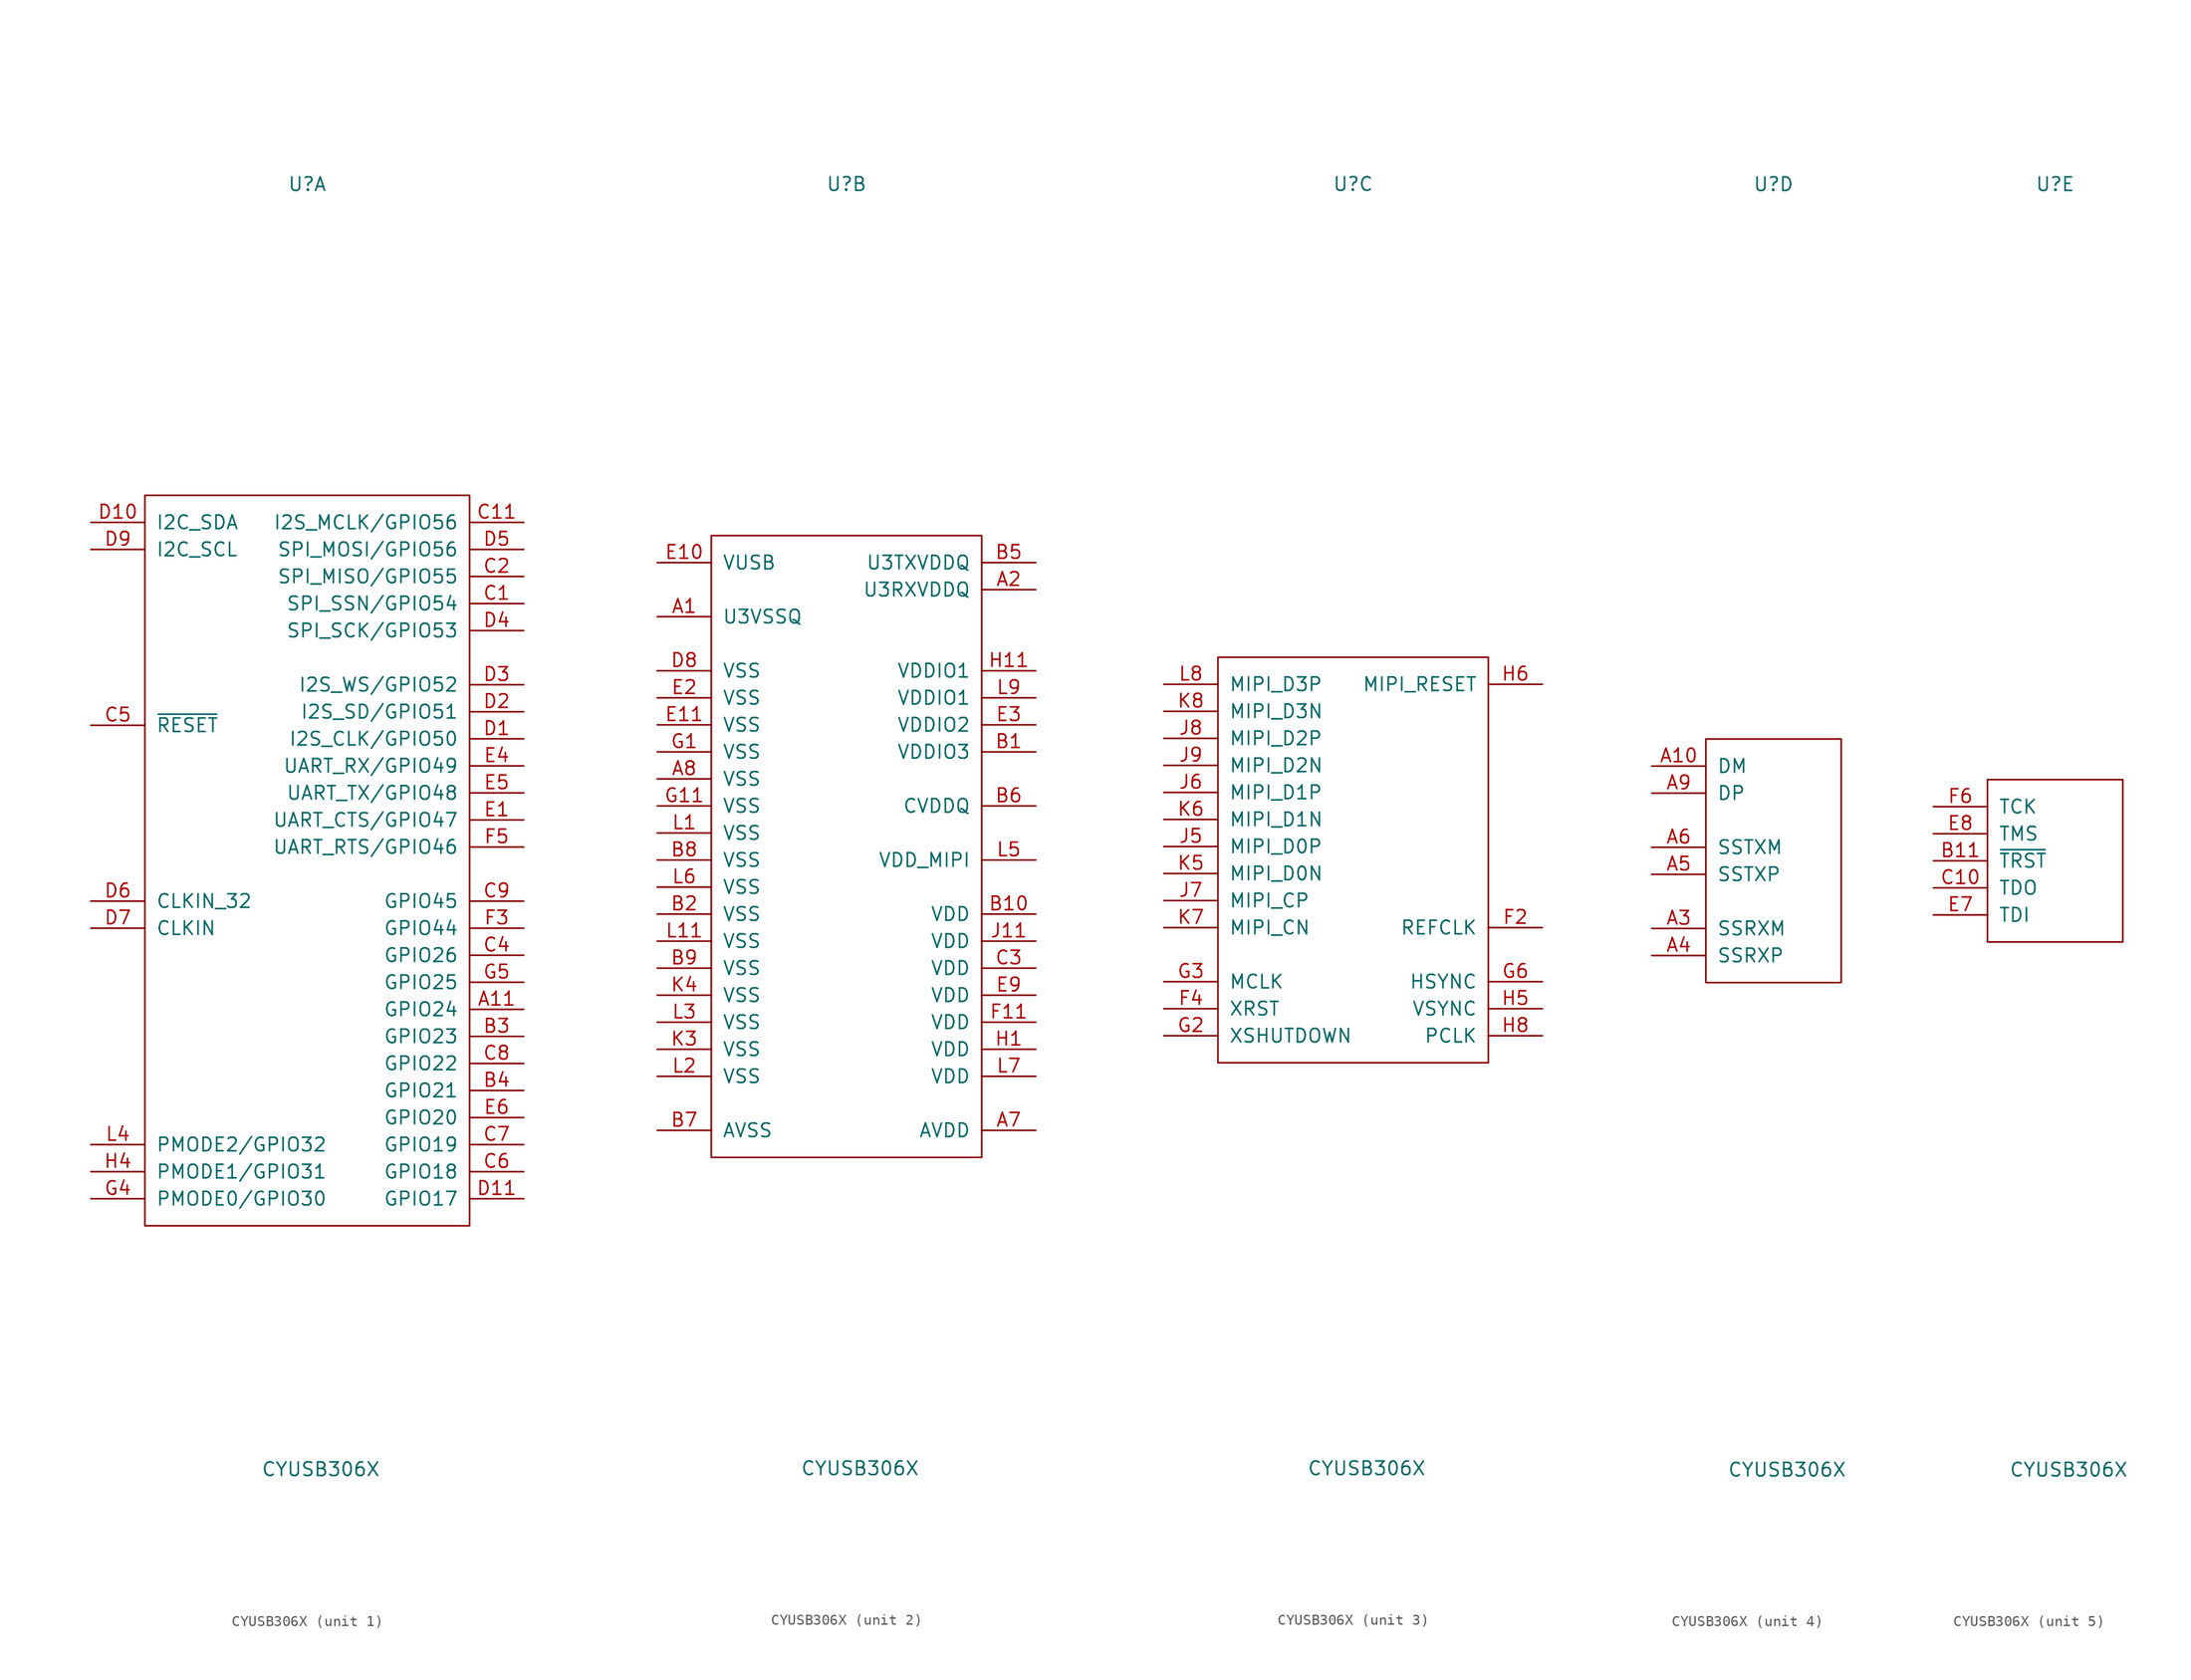
<source format=kicad_sym>
(kicad_symbol_lib
  (version 20211014)
  (generator kicad_symbol_editor)
  (symbol "CYUSB306X"
    (pin_names
      (offset 1.016))
    (property "Reference" "U"
      (at 0 63.5 0)
      (effects (font (size 1.27 1.27))))
    (property "Value" "CYUSB306X"
      (at 1.27 -57.15 0)
      (effects (font (size 1.27 1.27))))
    (property "ki_locked" ""
      (at 0 0 0)
      (effects (font (size 1.27 1.27))))
    (symbol "CYUSB306X_1_1"
      (rectangle (start -15.24 34.29) (end 15.24 -34.29) (stroke (width 0) (type default) (color 0 0 0 0)) (fill (type none)))
      (pin bidirectional line (at 20.32 -13.97 180) (length 5.08) (name "GPIO24" (effects (font (size 1.27 1.27)))) (number "A11" (effects (font (size 1.27 1.27)))))
      (pin bidirectional line (at 20.32 -16.51 180) (length 5.08) (name "GPIO23" (effects (font (size 1.27 1.27)))) (number "B3" (effects (font (size 1.27 1.27)))))
      (pin bidirectional line (at 20.32 -21.59 180) (length 5.08) (name "GPIO21" (effects (font (size 1.27 1.27)))) (number "B4" (effects (font (size 1.27 1.27)))))
      (pin bidirectional line (at 20.32 24.13 180) (length 5.08) (name "SPI_SSN/GPIO54" (effects (font (size 1.27 1.27)))) (number "C1" (effects (font (size 1.27 1.27)))))
      (pin bidirectional line (at 20.32 31.75 180) (length 5.08) (name "I2S_MCLK/GPIO56" (effects (font (size 1.27 1.27)))) (number "C11" (effects (font (size 1.27 1.27)))))
      (pin bidirectional line (at 20.32 26.67 180) (length 5.08) (name "SPI_MISO/GPIO55" (effects (font (size 1.27 1.27)))) (number "C2" (effects (font (size 1.27 1.27)))))
      (pin bidirectional line (at 20.32 -8.89 180) (length 5.08) (name "GPIO26" (effects (font (size 1.27 1.27)))) (number "C4" (effects (font (size 1.27 1.27)))))
      (pin input line (at -20.32 12.7 0) (length 5.08) (name "~{RESET}" (effects (font (size 1.27 1.27)))) (number "C5" (effects (font (size 1.27 1.27)))))
      (pin bidirectional line (at 20.32 -29.21 180) (length 5.08) (name "GPIO18" (effects (font (size 1.27 1.27)))) (number "C6" (effects (font (size 1.27 1.27)))))
      (pin bidirectional line (at 20.32 -26.67 180) (length 5.08) (name "GPIO19" (effects (font (size 1.27 1.27)))) (number "C7" (effects (font (size 1.27 1.27)))))
      (pin bidirectional line (at 20.32 -19.05 180) (length 5.08) (name "GPIO22" (effects (font (size 1.27 1.27)))) (number "C8" (effects (font (size 1.27 1.27)))))
      (pin bidirectional line (at 20.32 -3.81 180) (length 5.08) (name "GPIO45" (effects (font (size 1.27 1.27)))) (number "C9" (effects (font (size 1.27 1.27)))))
      (pin bidirectional line (at 20.32 11.43 180) (length 5.08) (name "I2S_CLK/GPIO50" (effects (font (size 1.27 1.27)))) (number "D1" (effects (font (size 1.27 1.27)))))
      (pin bidirectional line (at -20.32 31.75 0) (length 5.08) (name "I2C_SDA" (effects (font (size 1.27 1.27)))) (number "D10" (effects (font (size 1.27 1.27)))))
      (pin bidirectional line (at 20.32 -31.75 180) (length 5.08) (name "GPIO17" (effects (font (size 1.27 1.27)))) (number "D11" (effects (font (size 1.27 1.27)))))
      (pin bidirectional line (at 20.32 13.97 180) (length 5.08) (name "I2S_SD/GPIO51" (effects (font (size 1.27 1.27)))) (number "D2" (effects (font (size 1.27 1.27)))))
      (pin bidirectional line (at 20.32 16.51 180) (length 5.08) (name "I2S_WS/GPIO52" (effects (font (size 1.27 1.27)))) (number "D3" (effects (font (size 1.27 1.27)))))
      (pin bidirectional line (at 20.32 21.59 180) (length 5.08) (name "SPI_SCK/GPIO53" (effects (font (size 1.27 1.27)))) (number "D4" (effects (font (size 1.27 1.27)))))
      (pin bidirectional line (at 20.32 29.21 180) (length 5.08) (name "SPI_MOSI/GPIO56" (effects (font (size 1.27 1.27)))) (number "D5" (effects (font (size 1.27 1.27)))))
      (pin input line (at -20.32 -3.81 0) (length 5.08) (name "CLKIN_32" (effects (font (size 1.27 1.27)))) (number "D6" (effects (font (size 1.27 1.27)))))
      (pin input line (at -20.32 -6.35 0) (length 5.08) (name "CLKIN" (effects (font (size 1.27 1.27)))) (number "D7" (effects (font (size 1.27 1.27)))))
      (pin bidirectional line (at -20.32 29.21 0) (length 5.08) (name "I2C_SCL" (effects (font (size 1.27 1.27)))) (number "D9" (effects (font (size 1.27 1.27)))))
      (pin bidirectional line (at 20.32 3.81 180) (length 5.08) (name "UART_CTS/GPIO47" (effects (font (size 1.27 1.27)))) (number "E1" (effects (font (size 1.27 1.27)))))
      (pin bidirectional line (at 20.32 8.89 180) (length 5.08) (name "UART_RX/GPIO49" (effects (font (size 1.27 1.27)))) (number "E4" (effects (font (size 1.27 1.27)))))
      (pin bidirectional line (at 20.32 6.35 180) (length 5.08) (name "UART_TX/GPIO48" (effects (font (size 1.27 1.27)))) (number "E5" (effects (font (size 1.27 1.27)))))
      (pin bidirectional line (at 20.32 -24.13 180) (length 5.08) (name "GPIO20" (effects (font (size 1.27 1.27)))) (number "E6" (effects (font (size 1.27 1.27)))))
      (pin bidirectional line (at 20.32 -6.35 180) (length 5.08) (name "GPIO44" (effects (font (size 1.27 1.27)))) (number "F3" (effects (font (size 1.27 1.27)))))
      (pin bidirectional line (at 20.32 1.27 180) (length 5.08) (name "UART_RTS/GPIO46" (effects (font (size 1.27 1.27)))) (number "F5" (effects (font (size 1.27 1.27)))))
      (pin bidirectional line (at -20.32 -31.75 0) (length 5.08) (name "PMODE0/GPIO30" (effects (font (size 1.27 1.27)))) (number "G4" (effects (font (size 1.27 1.27)))))
      (pin bidirectional line (at 20.32 -11.43 180) (length 5.08) (name "GPIO25" (effects (font (size 1.27 1.27)))) (number "G5" (effects (font (size 1.27 1.27)))))
      (pin bidirectional line (at -20.32 -29.21 0) (length 5.08) (name "PMODE1/GPIO31" (effects (font (size 1.27 1.27)))) (number "H4" (effects (font (size 1.27 1.27)))))
      (pin bidirectional line (at -20.32 -26.67 0) (length 5.08) (name "PMODE2/GPIO32" (effects (font (size 1.27 1.27)))) (number "L4" (effects (font (size 1.27 1.27))))))
    (symbol "CYUSB306X_2_1"
      (rectangle (start -12.7 30.48) (end 12.7 -27.94) (stroke (width 0) (type default) (color 0 0 0 0)) (fill (type none)))
      (pin power_in line (at -17.78 22.86 0) (length 5.08) (name "U3VSSQ" (effects (font (size 1.27 1.27)))) (number "A1" (effects (font (size 1.27 1.27)))))
      (pin power_in line (at 17.78 25.4 180) (length 5.08) (name "U3RXVDDQ" (effects (font (size 1.27 1.27)))) (number "A2" (effects (font (size 1.27 1.27)))))
      (pin power_in line (at 17.78 -25.4 180) (length 5.08) (name "AVDD" (effects (font (size 1.27 1.27)))) (number "A7" (effects (font (size 1.27 1.27)))))
      (pin power_in line (at -17.78 7.62 0) (length 5.08) (name "VSS" (effects (font (size 1.27 1.27)))) (number "A8" (effects (font (size 1.27 1.27)))))
      (pin power_in line (at 17.78 10.16 180) (length 5.08) (name "VDDIO3" (effects (font (size 1.27 1.27)))) (number "B1" (effects (font (size 1.27 1.27)))))
      (pin power_in line (at 17.78 -5.08 180) (length 5.08) (name "VDD" (effects (font (size 1.27 1.27)))) (number "B10" (effects (font (size 1.27 1.27)))))
      (pin power_in line (at -17.78 -5.08 0) (length 5.08) (name "VSS" (effects (font (size 1.27 1.27)))) (number "B2" (effects (font (size 1.27 1.27)))))
      (pin power_in line (at 17.78 27.94 180) (length 5.08) (name "U3TXVDDQ" (effects (font (size 1.27 1.27)))) (number "B5" (effects (font (size 1.27 1.27)))))
      (pin power_in line (at 17.78 5.08 180) (length 5.08) (name "CVDDQ" (effects (font (size 1.27 1.27)))) (number "B6" (effects (font (size 1.27 1.27)))))
      (pin power_in line (at -17.78 -25.4 0) (length 5.08) (name "AVSS" (effects (font (size 1.27 1.27)))) (number "B7" (effects (font (size 1.27 1.27)))))
      (pin power_in line (at -17.78 0 0) (length 5.08) (name "VSS" (effects (font (size 1.27 1.27)))) (number "B8" (effects (font (size 1.27 1.27)))))
      (pin power_in line (at -17.78 -10.16 0) (length 5.08) (name "VSS" (effects (font (size 1.27 1.27)))) (number "B9" (effects (font (size 1.27 1.27)))))
      (pin power_in line (at 17.78 -10.16 180) (length 5.08) (name "VDD" (effects (font (size 1.27 1.27)))) (number "C3" (effects (font (size 1.27 1.27)))))
      (pin power_in line (at -17.78 17.78 0) (length 5.08) (name "VSS" (effects (font (size 1.27 1.27)))) (number "D8" (effects (font (size 1.27 1.27)))))
      (pin power_in line (at -17.78 27.94 0) (length 5.08) (name "VUSB" (effects (font (size 1.27 1.27)))) (number "E10" (effects (font (size 1.27 1.27)))))
      (pin power_in line (at -17.78 12.7 0) (length 5.08) (name "VSS" (effects (font (size 1.27 1.27)))) (number "E11" (effects (font (size 1.27 1.27)))))
      (pin power_in line (at -17.78 15.24 0) (length 5.08) (name "VSS" (effects (font (size 1.27 1.27)))) (number "E2" (effects (font (size 1.27 1.27)))))
      (pin power_in line (at 17.78 12.7 180) (length 5.08) (name "VDDIO2" (effects (font (size 1.27 1.27)))) (number "E3" (effects (font (size 1.27 1.27)))))
      (pin power_in line (at 17.78 -12.7 180) (length 5.08) (name "VDD" (effects (font (size 1.27 1.27)))) (number "E9" (effects (font (size 1.27 1.27)))))
      (pin power_in line (at 17.78 -15.24 180) (length 5.08) (name "VDD" (effects (font (size 1.27 1.27)))) (number "F11" (effects (font (size 1.27 1.27)))))
      (pin power_in line (at -17.78 10.16 0) (length 5.08) (name "VSS" (effects (font (size 1.27 1.27)))) (number "G1" (effects (font (size 1.27 1.27)))))
      (pin power_in line (at -17.78 5.08 0) (length 5.08) (name "VSS" (effects (font (size 1.27 1.27)))) (number "G11" (effects (font (size 1.27 1.27)))))
      (pin power_in line (at 17.78 -17.78 180) (length 5.08) (name "VDD" (effects (font (size 1.27 1.27)))) (number "H1" (effects (font (size 1.27 1.27)))))
      (pin power_in line (at 17.78 17.78 180) (length 5.08) (name "VDDIO1" (effects (font (size 1.27 1.27)))) (number "H11" (effects (font (size 1.27 1.27)))))
      (pin power_in line (at 17.78 -7.62 180) (length 5.08) (name "VDD" (effects (font (size 1.27 1.27)))) (number "J11" (effects (font (size 1.27 1.27)))))
      (pin power_in line (at -17.78 -17.78 0) (length 5.08) (name "VSS" (effects (font (size 1.27 1.27)))) (number "K3" (effects (font (size 1.27 1.27)))))
      (pin power_in line (at -17.78 -12.7 0) (length 5.08) (name "VSS" (effects (font (size 1.27 1.27)))) (number "K4" (effects (font (size 1.27 1.27)))))
      (pin power_in line (at -17.78 2.54 0) (length 5.08) (name "VSS" (effects (font (size 1.27 1.27)))) (number "L1" (effects (font (size 1.27 1.27)))))
      (pin power_in line (at -17.78 -7.62 0) (length 5.08) (name "VSS" (effects (font (size 1.27 1.27)))) (number "L11" (effects (font (size 1.27 1.27)))))
      (pin power_in line (at -17.78 -20.32 0) (length 5.08) (name "VSS" (effects (font (size 1.27 1.27)))) (number "L2" (effects (font (size 1.27 1.27)))))
      (pin power_in line (at -17.78 -15.24 0) (length 5.08) (name "VSS" (effects (font (size 1.27 1.27)))) (number "L3" (effects (font (size 1.27 1.27)))))
      (pin power_in line (at 17.78 0 180) (length 5.08) (name "VDD_MIPI" (effects (font (size 1.27 1.27)))) (number "L5" (effects (font (size 1.27 1.27)))))
      (pin power_in line (at -17.78 -2.54 0) (length 5.08) (name "VSS" (effects (font (size 1.27 1.27)))) (number "L6" (effects (font (size 1.27 1.27)))))
      (pin power_in line (at 17.78 -20.32 180) (length 5.08) (name "VDD" (effects (font (size 1.27 1.27)))) (number "L7" (effects (font (size 1.27 1.27)))))
      (pin power_in line (at 17.78 15.24 180) (length 5.08) (name "VDDIO1" (effects (font (size 1.27 1.27)))) (number "L9" (effects (font (size 1.27 1.27))))))
    (symbol "CYUSB306X_3_1"
      (rectangle (start -12.7 19.05) (end 12.7 -19.05) (stroke (width 0) (type default) (color 0 0 0 0)) (fill (type none)))
      (pin input line (at 17.78 -6.35 180) (length 5.08) (name "REFCLK" (effects (font (size 1.27 1.27)))) (number "F2" (effects (font (size 1.27 1.27)))))
      (pin output line (at -17.78 -13.97 0) (length 5.08) (name "XRST" (effects (font (size 1.27 1.27)))) (number "F4" (effects (font (size 1.27 1.27)))))
      (pin output line (at -17.78 -16.51 0) (length 5.08) (name "XSHUTDOWN" (effects (font (size 1.27 1.27)))) (number "G2" (effects (font (size 1.27 1.27)))))
      (pin output line (at -17.78 -11.43 0) (length 5.08) (name "MCLK" (effects (font (size 1.27 1.27)))) (number "G3" (effects (font (size 1.27 1.27)))))
      (pin bidirectional line (at 17.78 -11.43 180) (length 5.08) (name "HSYNC" (effects (font (size 1.27 1.27)))) (number "G6" (effects (font (size 1.27 1.27)))))
      (pin bidirectional line (at 17.78 -13.97 180) (length 5.08) (name "VSYNC" (effects (font (size 1.27 1.27)))) (number "H5" (effects (font (size 1.27 1.27)))))
      (pin bidirectional line (at 17.78 16.51 180) (length 5.08) (name "MIPI_RESET" (effects (font (size 1.27 1.27)))) (number "H6" (effects (font (size 1.27 1.27)))))
      (pin bidirectional line (at 17.78 -16.51 180) (length 5.08) (name "PCLK" (effects (font (size 1.27 1.27)))) (number "H8" (effects (font (size 1.27 1.27)))))
      (pin input line (at -17.78 1.27 0) (length 5.08) (name "MIPI_D0P" (effects (font (size 1.27 1.27)))) (number "J5" (effects (font (size 1.27 1.27)))))
      (pin input line (at -17.78 6.35 0) (length 5.08) (name "MIPI_D1P" (effects (font (size 1.27 1.27)))) (number "J6" (effects (font (size 1.27 1.27)))))
      (pin input line (at -17.78 -3.81 0) (length 5.08) (name "MIPI_CP" (effects (font (size 1.27 1.27)))) (number "J7" (effects (font (size 1.27 1.27)))))
      (pin input line (at -17.78 11.43 0) (length 5.08) (name "MIPI_D2P" (effects (font (size 1.27 1.27)))) (number "J8" (effects (font (size 1.27 1.27)))))
      (pin input line (at -17.78 8.89 0) (length 5.08) (name "MIPI_D2N" (effects (font (size 1.27 1.27)))) (number "J9" (effects (font (size 1.27 1.27)))))
      (pin input line (at -17.78 -1.27 0) (length 5.08) (name "MIPI_D0N" (effects (font (size 1.27 1.27)))) (number "K5" (effects (font (size 1.27 1.27)))))
      (pin input line (at -17.78 3.81 0) (length 5.08) (name "MIPI_D1N" (effects (font (size 1.27 1.27)))) (number "K6" (effects (font (size 1.27 1.27)))))
      (pin input line (at -17.78 -6.35 0) (length 5.08) (name "MIPI_CN" (effects (font (size 1.27 1.27)))) (number "K7" (effects (font (size 1.27 1.27)))))
      (pin input line (at -17.78 13.97 0) (length 5.08) (name "MIPI_D3N" (effects (font (size 1.27 1.27)))) (number "K8" (effects (font (size 1.27 1.27)))))
      (pin input line (at -17.78 16.51 0) (length 5.08) (name "MIPI_D3P" (effects (font (size 1.27 1.27)))) (number "L8" (effects (font (size 1.27 1.27))))))
    (symbol "CYUSB306X_4_1"
      (rectangle (start -6.35 11.43) (end 6.35 -11.43) (stroke (width 0) (type default) (color 0 0 0 0)) (fill (type none)))
      (pin bidirectional line (at -11.43 8.89 0) (length 5.08) (name "DM" (effects (font (size 1.27 1.27)))) (number "A10" (effects (font (size 1.27 1.27)))))
      (pin input line (at -11.43 -6.35 0) (length 5.08) (name "SSRXM" (effects (font (size 1.27 1.27)))) (number "A3" (effects (font (size 1.27 1.27)))))
      (pin input line (at -11.43 -8.89 0) (length 5.08) (name "SSRXP" (effects (font (size 1.27 1.27)))) (number "A4" (effects (font (size 1.27 1.27)))))
      (pin output line (at -11.43 -1.27 0) (length 5.08) (name "SSTXP" (effects (font (size 1.27 1.27)))) (number "A5" (effects (font (size 1.27 1.27)))))
      (pin output line (at -11.43 1.27 0) (length 5.08) (name "SSTXM" (effects (font (size 1.27 1.27)))) (number "A6" (effects (font (size 1.27 1.27)))))
      (pin bidirectional line (at -11.43 6.35 0) (length 5.08) (name "DP" (effects (font (size 1.27 1.27)))) (number "A9" (effects (font (size 1.27 1.27))))))
    (symbol "CYUSB306X_5_1"
      (rectangle (start -6.35 7.62) (end 6.35 -7.62) (stroke (width 0) (type default) (color 0 0 0 0)) (fill (type none)))
      (pin input line (at -11.43 0 0) (length 5.08) (name "~{TRST}" (effects (font (size 1.27 1.27)))) (number "B11" (effects (font (size 1.27 1.27)))))
      (pin output line (at -11.43 -2.54 0) (length 5.08) (name "TDO" (effects (font (size 1.27 1.27)))) (number "C10" (effects (font (size 1.27 1.27)))))
      (pin input line (at -11.43 -5.08 0) (length 5.08) (name "TDI" (effects (font (size 1.27 1.27)))) (number "E7" (effects (font (size 1.27 1.27)))))
      (pin input line (at -11.43 2.54 0) (length 5.08) (name "TMS" (effects (font (size 1.27 1.27)))) (number "E8" (effects (font (size 1.27 1.27)))))
      (pin input line (at -11.43 5.08 0) (length 5.08) (name "TCK" (effects (font (size 1.27 1.27)))) (number "F6" (effects (font (size 1.27 1.27))))))))
</source>
